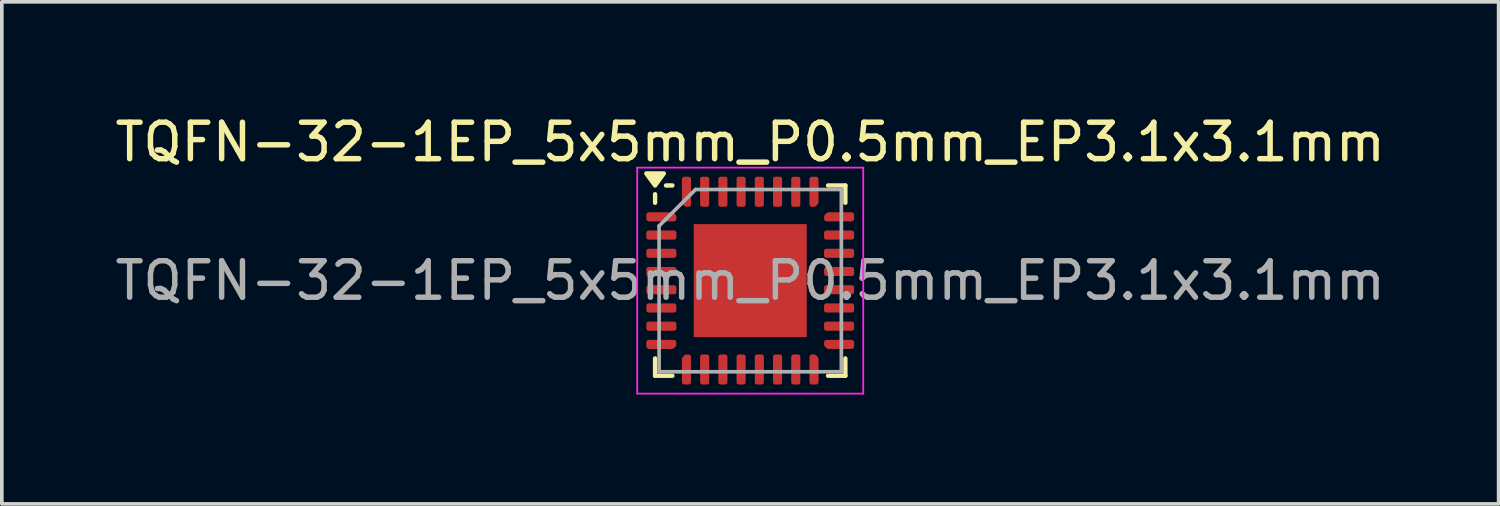
<source format=kicad_pcb>
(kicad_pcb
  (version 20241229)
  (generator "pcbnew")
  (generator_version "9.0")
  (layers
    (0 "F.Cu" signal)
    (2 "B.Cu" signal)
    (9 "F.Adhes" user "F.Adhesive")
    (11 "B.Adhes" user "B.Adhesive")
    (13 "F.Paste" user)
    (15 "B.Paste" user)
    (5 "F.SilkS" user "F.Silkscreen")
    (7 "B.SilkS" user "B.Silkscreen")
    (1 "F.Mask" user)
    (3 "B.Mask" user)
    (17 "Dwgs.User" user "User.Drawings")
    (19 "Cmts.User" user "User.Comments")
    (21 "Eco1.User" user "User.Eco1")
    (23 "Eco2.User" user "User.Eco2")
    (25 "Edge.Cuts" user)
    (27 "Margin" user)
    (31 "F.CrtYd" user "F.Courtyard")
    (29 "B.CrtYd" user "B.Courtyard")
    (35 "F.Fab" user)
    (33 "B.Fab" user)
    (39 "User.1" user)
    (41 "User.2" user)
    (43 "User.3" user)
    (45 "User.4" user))
  (footprint "TQFN-32-1EP_5x5mm_P0.5mm_EP3.1x3.1mm"
    (layer "F.Cu")
    (at 17.53 4.648)
    (property "Reference" "TQFN-32-1EP_5x5mm_P0.5mm_EP3.1x3.1mm" (at 0 -3.8 0) (layer "F.SilkS") (effects (font (size 1 1) (thickness 0.15))))
    (attr smd)
    (fp_line (start -2.61 -2.135) (end -2.61 -2.37) (stroke (width 0.12) (type solid)) (layer "F.SilkS"))
    (fp_line (start -2.61 2.61) (end -2.61 2.135) (stroke (width 0.12) (type solid)) (layer "F.SilkS"))
    (fp_line (start -2.135 -2.61) (end -2.31 -2.61) (stroke (width 0.12) (type solid)) (layer "F.SilkS"))
    (fp_line (start -2.135 2.61) (end -2.61 2.61) (stroke (width 0.12) (type solid)) (layer "F.SilkS"))
    (fp_line (start 2.135 -2.61) (end 2.61 -2.61) (stroke (width 0.12) (type solid)) (layer "F.SilkS"))
    (fp_line (start 2.135 2.61) (end 2.61 2.61) (stroke (width 0.12) (type solid)) (layer "F.SilkS"))
    (fp_line (start 2.61 -2.61) (end 2.61 -2.135) (stroke (width 0.12) (type solid)) (layer "F.SilkS"))
    (fp_line (start 2.61 2.61) (end 2.61 2.135) (stroke (width 0.12) (type solid)) (layer "F.SilkS"))
    (fp_poly (pts (xy -2.61 -2.61) (xy -2.85 -2.94) (xy -2.37 -2.94) (xy -2.61 -2.61)) (stroke (width 0.12) (type solid)) (fill yes) (layer "F.SilkS"))
    (fp_line (start -3.1 -3.1) (end -3.1 3.1) (stroke (width 0.05) (type solid)) (layer "F.CrtYd"))
    (fp_line (start -3.1 3.1) (end 3.1 3.1) (stroke (width 0.05) (type solid)) (layer "F.CrtYd"))
    (fp_line (start 3.1 -3.1) (end -3.1 -3.1) (stroke (width 0.05) (type solid)) (layer "F.CrtYd"))
    (fp_line (start 3.1 3.1) (end 3.1 -3.1) (stroke (width 0.05) (type solid)) (layer "F.CrtYd"))
    (fp_line (start -2.5 -1.5) (end -1.5 -2.5) (stroke (width 0.1) (type solid)) (layer "F.Fab"))
    (fp_line (start -2.5 2.5) (end -2.5 -1.5) (stroke (width 0.1) (type solid)) (layer "F.Fab"))
    (fp_line (start -1.5 -2.5) (end 2.5 -2.5) (stroke (width 0.1) (type solid)) (layer "F.Fab"))
    (fp_line (start 2.5 -2.5) (end 2.5 2.5) (stroke (width 0.1) (type solid)) (layer "F.Fab"))
    (fp_line (start 2.5 2.5) (end -2.5 2.5) (stroke (width 0.1) (type solid)) (layer "F.Fab"))
    (fp_text user "${REFERENCE}" (at 0 0 0) (layer "F.Fab") (effects (font (size 1 1) (thickness 0.15))))
    (pad "" smd roundrect (at -0.775 -0.775) (size 1.25 1.25) (layers "F.Paste") (roundrect_rratio 0.2))
    (pad "" smd roundrect (at -0.775 0.775) (size 1.25 1.25) (layers "F.Paste") (roundrect_rratio 0.2))
    (pad "" smd roundrect (at 0.775 -0.775) (size 1.25 1.25) (layers "F.Paste") (roundrect_rratio 0.2))
    (pad "" smd roundrect (at 0.775 0.775) (size 1.25 1.25) (layers "F.Paste") (roundrect_rratio 0.2))
    (pad "1" smd custom (at -2.438 -1.75) (size 0.186 0.186) (layers "F.Cu" "F.Mask" "F.Paste") (options (anchor circle)) (primitives (gr_poly (pts (xy -0.35 -0.062) (xy 0.297 -0.062) (xy 0.35 -0.009) (xy 0.35 0.062) (xy -0.35 0.062)) (width 0.125) (fill yes))))
    (pad "2" smd roundrect (at -2.438 -1.25) (size 0.825 0.25) (layers "F.Cu" "F.Mask" "F.Paste") (roundrect_rratio 0.25))
    (pad "3" smd roundrect (at -2.438 -0.75) (size 0.825 0.25) (layers "F.Cu" "F.Mask" "F.Paste") (roundrect_rratio 0.25))
    (pad "4" smd roundrect (at -2.438 -0.25) (size 0.825 0.25) (layers "F.Cu" "F.Mask" "F.Paste") (roundrect_rratio 0.25))
    (pad "5" smd roundrect (at -2.438 0.25) (size 0.825 0.25) (layers "F.Cu" "F.Mask" "F.Paste") (roundrect_rratio 0.25))
    (pad "6" smd roundrect (at -2.438 0.75) (size 0.825 0.25) (layers "F.Cu" "F.Mask" "F.Paste") (roundrect_rratio 0.25))
    (pad "7" smd roundrect (at -2.438 1.25) (size 0.825 0.25) (layers "F.Cu" "F.Mask" "F.Paste") (roundrect_rratio 0.25))
    (pad "8" smd custom (at -2.438 1.75) (size 0.186 0.186) (layers "F.Cu" "F.Mask" "F.Paste") (options (anchor circle)) (primitives (gr_poly (pts (xy -0.35 -0.062) (xy 0.35 -0.062) (xy 0.35 0.009) (xy 0.297 0.062) (xy -0.35 0.062)) (width 0.125) (fill yes))))
    (pad "9" smd custom (at -1.75 2.438) (size 0.186 0.186) (layers "F.Cu" "F.Mask" "F.Paste") (options (anchor circle)) (primitives (gr_poly (pts (xy -0.062 -0.297) (xy -0.009 -0.35) (xy 0.062 -0.35) (xy 0.062 0.35) (xy -0.062 0.35)) (width 0.125) (fill yes))))
    (pad "10" smd roundrect (at -1.25 2.438) (size 0.25 0.825) (layers "F.Cu" "F.Mask" "F.Paste") (roundrect_rratio 0.25))
    (pad "11" smd roundrect (at -0.75 2.438) (size 0.25 0.825) (layers "F.Cu" "F.Mask" "F.Paste") (roundrect_rratio 0.25))
    (pad "12" smd roundrect (at -0.25 2.438) (size 0.25 0.825) (layers "F.Cu" "F.Mask" "F.Paste") (roundrect_rratio 0.25))
    (pad "13" smd roundrect (at 0.25 2.438) (size 0.25 0.825) (layers "F.Cu" "F.Mask" "F.Paste") (roundrect_rratio 0.25))
    (pad "14" smd roundrect (at 0.75 2.438) (size 0.25 0.825) (layers "F.Cu" "F.Mask" "F.Paste") (roundrect_rratio 0.25))
    (pad "15" smd roundrect (at 1.25 2.438) (size 0.25 0.825) (layers "F.Cu" "F.Mask" "F.Paste") (roundrect_rratio 0.25))
    (pad "16" smd custom (at 1.75 2.438) (size 0.186 0.186) (layers "F.Cu" "F.Mask" "F.Paste") (options (anchor circle)) (primitives (gr_poly (pts (xy -0.062 -0.35) (xy 0.009 -0.35) (xy 0.062 -0.297) (xy 0.062 0.35) (xy -0.062 0.35)) (width 0.125) (fill yes))))
    (pad "17" smd custom (at 2.438 1.75) (size 0.186 0.186) (layers "F.Cu" "F.Mask" "F.Paste") (options (anchor circle)) (primitives (gr_poly (pts (xy -0.35 -0.062) (xy 0.35 -0.062) (xy 0.35 0.062) (xy -0.297 0.062) (xy -0.35 0.009)) (width 0.125) (fill yes))))
    (pad "18" smd roundrect (at 2.438 1.25) (size 0.825 0.25) (layers "F.Cu" "F.Mask" "F.Paste") (roundrect_rratio 0.25))
    (pad "19" smd roundrect (at 2.438 0.75) (size 0.825 0.25) (layers "F.Cu" "F.Mask" "F.Paste") (roundrect_rratio 0.25))
    (pad "20" smd roundrect (at 2.438 0.25) (size 0.825 0.25) (layers "F.Cu" "F.Mask" "F.Paste") (roundrect_rratio 0.25))
    (pad "21" smd roundrect (at 2.438 -0.25) (size 0.825 0.25) (layers "F.Cu" "F.Mask" "F.Paste") (roundrect_rratio 0.25))
    (pad "22" smd roundrect (at 2.438 -0.75) (size 0.825 0.25) (layers "F.Cu" "F.Mask" "F.Paste") (roundrect_rratio 0.25))
    (pad "23" smd roundrect (at 2.438 -1.25) (size 0.825 0.25) (layers "F.Cu" "F.Mask" "F.Paste") (roundrect_rratio 0.25))
    (pad "24" smd custom (at 2.438 -1.75) (size 0.186 0.186) (layers "F.Cu" "F.Mask" "F.Paste") (options (anchor circle)) (primitives (gr_poly (pts (xy -0.35 -0.009) (xy -0.297 -0.062) (xy 0.35 -0.062) (xy 0.35 0.062) (xy -0.35 0.062)) (width 0.125) (fill yes))))
    (pad "25" smd custom (at 1.75 -2.438) (size 0.186 0.186) (layers "F.Cu" "F.Mask" "F.Paste") (options (anchor circle)) (primitives (gr_poly (pts (xy -0.062 -0.35) (xy 0.062 -0.35) (xy 0.062 0.297) (xy 0.009 0.35) (xy -0.062 0.35)) (width 0.125) (fill yes))))
    (pad "26" smd roundrect (at 1.25 -2.438) (size 0.25 0.825) (layers "F.Cu" "F.Mask" "F.Paste") (roundrect_rratio 0.25))
    (pad "27" smd roundrect (at 0.75 -2.438) (size 0.25 0.825) (layers "F.Cu" "F.Mask" "F.Paste") (roundrect_rratio 0.25))
    (pad "28" smd roundrect (at 0.25 -2.438) (size 0.25 0.825) (layers "F.Cu" "F.Mask" "F.Paste") (roundrect_rratio 0.25))
    (pad "29" smd roundrect (at -0.25 -2.438) (size 0.25 0.825) (layers "F.Cu" "F.Mask" "F.Paste") (roundrect_rratio 0.25))
    (pad "30" smd roundrect (at -0.75 -2.438) (size 0.25 0.825) (layers "F.Cu" "F.Mask" "F.Paste") (roundrect_rratio 0.25))
    (pad "31" smd roundrect (at -1.25 -2.438) (size 0.25 0.825) (layers "F.Cu" "F.Mask" "F.Paste") (roundrect_rratio 0.25))
    (pad "32" smd custom (at -1.75 -2.438) (size 0.186 0.186) (layers "F.Cu" "F.Mask" "F.Paste") (options (anchor circle)) (primitives (gr_poly (pts (xy -0.062 -0.35) (xy 0.062 -0.35) (xy 0.062 0.35) (xy -0.009 0.35) (xy -0.062 0.297)) (width 0.125) (fill yes))))
    (pad "33" smd rect (at 0 0) (size 3.1 3.1) (property pad_prop_heatsink) (layers "F.Cu" "F.Mask")))
  (gr_rect
    (start -3 -3)
    (end 38.06 10.773)
    (stroke (width 0.1) (type default))
    (fill no)
    (layer "Edge.Cuts")))
</source>
